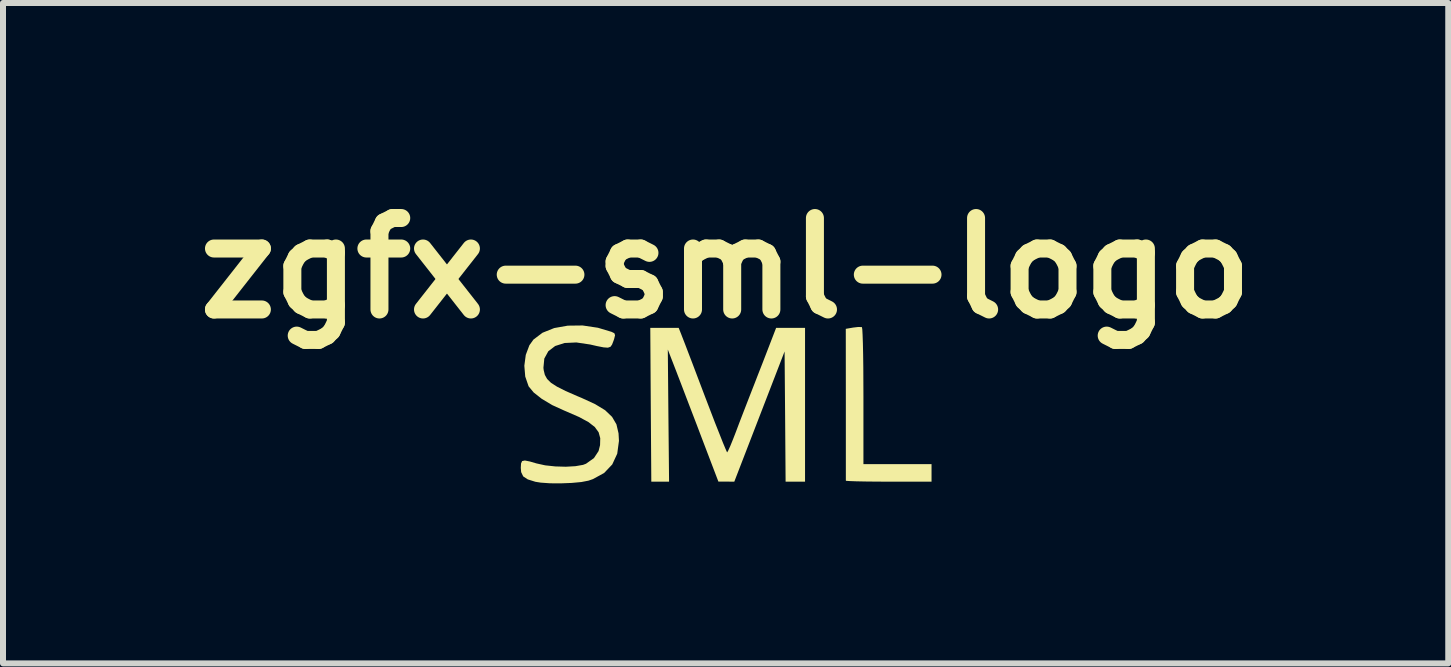
<source format=kicad_pcb>
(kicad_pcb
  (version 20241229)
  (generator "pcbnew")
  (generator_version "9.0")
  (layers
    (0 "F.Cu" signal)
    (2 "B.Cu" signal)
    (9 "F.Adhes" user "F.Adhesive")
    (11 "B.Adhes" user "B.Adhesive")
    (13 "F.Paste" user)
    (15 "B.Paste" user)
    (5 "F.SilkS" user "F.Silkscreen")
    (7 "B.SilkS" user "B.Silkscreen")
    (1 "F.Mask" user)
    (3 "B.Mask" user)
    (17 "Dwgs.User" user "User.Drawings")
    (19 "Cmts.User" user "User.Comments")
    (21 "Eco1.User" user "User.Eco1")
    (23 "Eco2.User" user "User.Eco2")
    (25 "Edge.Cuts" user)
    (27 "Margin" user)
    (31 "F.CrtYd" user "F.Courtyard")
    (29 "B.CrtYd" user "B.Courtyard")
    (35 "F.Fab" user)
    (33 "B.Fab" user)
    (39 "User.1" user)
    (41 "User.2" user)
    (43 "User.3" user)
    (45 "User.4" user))
  (footprint "zgfx-sml-logo"
    (layer "F.Cu")
    (at 9.068 3.679)
    (property "Reference" "zgfx-sml-logo" (at -0.025 -2.261 0) (layer "F.SilkS") (effects (font (size 1.524 1.524) (thickness 0.3))))
    (attr board_only exclude_from_pos_files exclude_from_bom)
    (fp_poly (pts (xy 2.241 -1.278) (xy 2.246 -1.276) (xy 2.252 -1.241) (xy 2.257 -1.149) (xy 2.262 -1.007) (xy 2.266 -0.823) (xy 2.269 -0.603) (xy 2.27 -0.356) (xy 2.271 -0.128) (xy 2.271 1.006) (xy 3.406 1.006) (xy 3.406 1.298) (xy 2.692 1.298) (xy 2.485 1.297) (xy 2.301 1.295) (xy 2.151 1.292) (xy 2.042 1.288) (xy 1.985 1.284) (xy 1.978 1.281) (xy 1.978 1.246) (xy 1.978 1.154) (xy 1.978 1.01) (xy 1.978 0.823) (xy 1.978 0.6) (xy 1.978 0.347) (xy 1.978 0.072) (xy 1.978 0.008) (xy 1.977 -1.249) (xy 2.1 -1.27) (xy 2.185 -1.28)) (stroke (width 0) (type solid)) (fill yes) (layer "F.SilkS"))
    (fp_poly (pts (xy -1.045 -1.265) (xy -0.808 -1.265) (xy -0.766 -1.16) (xy -0.744 -1.103) (xy -0.702 -0.995) (xy -0.644 -0.843) (xy -0.572 -0.655) (xy -0.491 -0.441) (xy -0.403 -0.209) (xy -0.37 -0.122) (xy -0.282 0.108) (xy -0.201 0.319) (xy -0.129 0.5) (xy -0.071 0.647) (xy -0.028 0.75) (xy -0.004 0.804) (xy 0 0.81) (xy 0.017 0.781) (xy 0.052 0.704) (xy 0.098 0.591) (xy 0.142 0.478) (xy 0.203 0.316) (xy 0.279 0.119) (xy 0.36 -0.09) (xy 0.436 -0.285) (xy 0.439 -0.292) (xy 0.511 -0.478) (xy 0.586 -0.669) (xy 0.654 -0.845) (xy 0.708 -0.985) (xy 0.713 -0.998) (xy 0.816 -1.265) (xy 1.298 -1.265) (xy 1.298 1.298) (xy 0.974 1.298) (xy 0.966 0.213) (xy 0.957 -0.872) (xy 0.119 1.298) (xy -0.013 1.297) (xy -0.146 1.297) (xy -0.421 0.576) (xy -0.509 0.344) (xy -0.6 0.107) (xy -0.687 -0.12) (xy -0.764 -0.322) (xy -0.826 -0.483) (xy -0.842 -0.525) (xy -0.989 -0.904) (xy -0.979 0.197) (xy -0.968 1.298) (xy -1.264 1.298) (xy -1.273 0.016) (xy -1.281 -1.265)) (stroke (width 0) (type solid)) (fill yes) (layer "F.SilkS"))
    (fp_poly (pts (xy -2.154 -1.267) (xy -1.927 -1.199) (xy -1.88 -1.176) (xy -1.868 -1.143) (xy -1.884 -1.078) (xy -1.895 -1.047) (xy -1.918 -0.987) (xy -1.944 -0.95) (xy -1.987 -0.935) (xy -2.058 -0.94) (xy -2.171 -0.962) (xy -2.284 -0.988) (xy -2.513 -1.022) (xy -2.709 -1.013) (xy -2.866 -0.963) (xy -2.98 -0.876) (xy -3.047 -0.754) (xy -3.062 -0.599) (xy -3.057 -0.559) (xy -3.038 -0.481) (xy -3 -0.413) (xy -2.935 -0.349) (xy -2.835 -0.285) (xy -2.692 -0.213) (xy -2.498 -0.128) (xy -2.426 -0.098) (xy -2.202 0.005) (xy -2.034 0.107) (xy -1.918 0.218) (xy -1.845 0.343) (xy -1.81 0.493) (xy -1.803 0.618) (xy -1.832 0.832) (xy -1.915 1.011) (xy -2.05 1.153) (xy -2.236 1.255) (xy -2.311 1.281) (xy -2.43 1.304) (xy -2.591 1.319) (xy -2.772 1.326) (xy -2.952 1.325) (xy -3.107 1.314) (xy -3.195 1.3) (xy -3.323 1.26) (xy -3.399 1.21) (xy -3.433 1.139) (xy -3.439 1.069) (xy -3.435 0.995) (xy -3.417 0.955) (xy -3.371 0.945) (xy -3.287 0.962) (xy -3.177 0.994) (xy -3.032 1.026) (xy -2.863 1.044) (xy -2.689 1.049) (xy -2.529 1.04) (xy -2.402 1.018) (xy -2.352 0.999) (xy -2.22 0.905) (xy -2.143 0.788) (xy -2.118 0.689) (xy -2.115 0.573) (xy -2.142 0.475) (xy -2.206 0.387) (xy -2.313 0.304) (xy -2.471 0.219) (xy -2.684 0.126) (xy -2.713 0.114) (xy -2.915 0.022) (xy -3.089 -0.082) (xy -3.224 -0.188) (xy -3.308 -0.29) (xy -3.31 -0.294) (xy -3.365 -0.454) (xy -3.38 -0.634) (xy -3.356 -0.815) (xy -3.296 -0.975) (xy -3.228 -1.07) (xy -3.077 -1.184) (xy -2.882 -1.262) (xy -2.656 -1.302) (xy -2.409 -1.305)) (stroke (width 0) (type solid)) (fill yes) (layer "F.SilkS")))
  (gr_rect
    (start -3 -3)
    (end 21.085 8.005)
    (stroke (width 0.1) (type default))
    (fill no)
    (layer "Edge.Cuts")))
</source>
